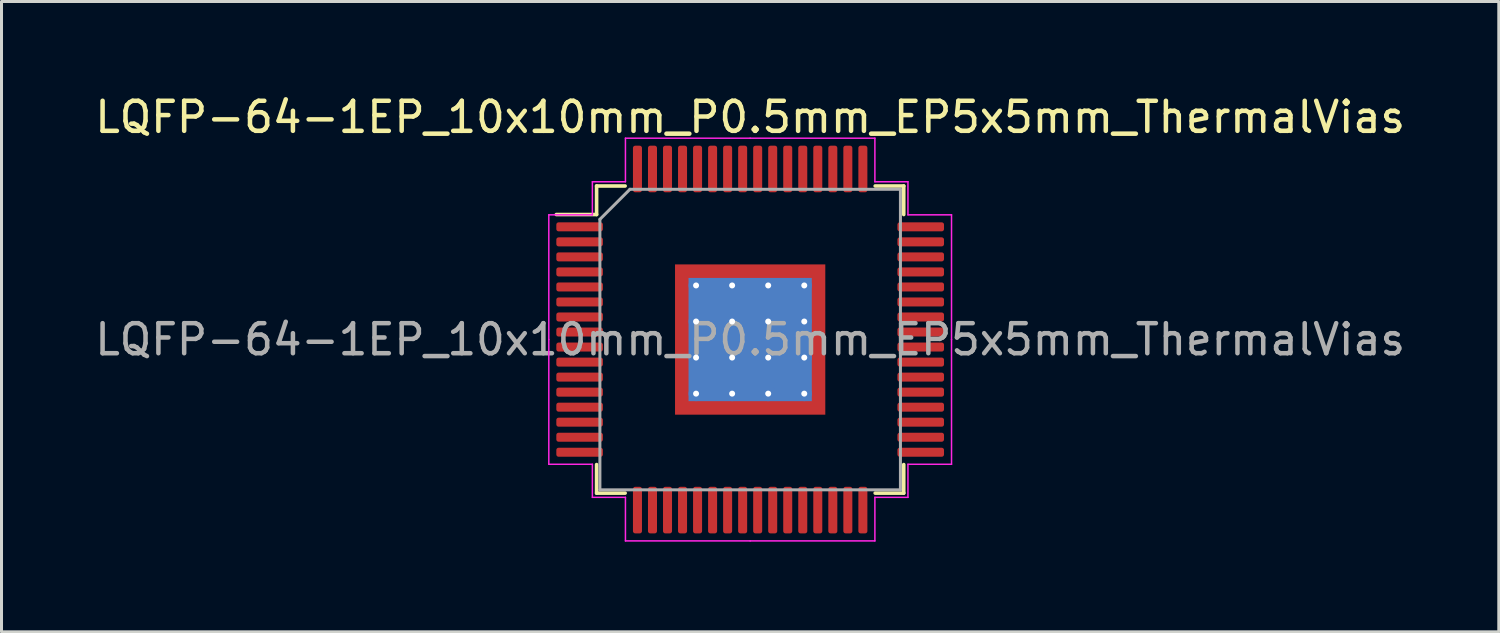
<source format=kicad_pcb>
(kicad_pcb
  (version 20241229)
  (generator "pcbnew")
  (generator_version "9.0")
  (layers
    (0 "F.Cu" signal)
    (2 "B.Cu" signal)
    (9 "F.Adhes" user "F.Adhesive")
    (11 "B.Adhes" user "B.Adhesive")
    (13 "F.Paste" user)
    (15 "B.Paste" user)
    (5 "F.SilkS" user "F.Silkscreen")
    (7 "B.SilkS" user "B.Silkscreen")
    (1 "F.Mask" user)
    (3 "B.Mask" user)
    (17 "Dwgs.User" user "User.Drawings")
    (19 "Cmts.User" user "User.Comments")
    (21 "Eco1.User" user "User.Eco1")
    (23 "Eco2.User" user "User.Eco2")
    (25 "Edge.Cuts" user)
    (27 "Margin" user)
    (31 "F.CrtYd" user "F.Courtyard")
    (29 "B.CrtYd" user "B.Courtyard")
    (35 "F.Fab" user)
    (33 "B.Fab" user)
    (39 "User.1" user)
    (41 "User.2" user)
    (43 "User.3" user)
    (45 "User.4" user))
  (footprint "LQFP-64-1EP_10x10mm_P0.5mm_EP5x5mm_ThermalVias"
    (layer "F.Cu")
    (at 21.911 8.248)
    (property "Reference" "LQFP-64-1EP_10x10mm_P0.5mm_EP5x5mm_ThermalVias" (at 0 -7.4 0) (layer "F.SilkS") (effects (font (size 1 1) (thickness 0.15))))
    (attr smd)
    (fp_line (start -5.11 -5.11) (end -5.11 -4.16) (stroke (width 0.12) (type solid)) (layer "F.SilkS"))
    (fp_line (start -5.11 -4.16) (end -6.45 -4.16) (stroke (width 0.12) (type solid)) (layer "F.SilkS"))
    (fp_line (start -5.11 5.11) (end -5.11 4.16) (stroke (width 0.12) (type solid)) (layer "F.SilkS"))
    (fp_line (start -4.16 -5.11) (end -5.11 -5.11) (stroke (width 0.12) (type solid)) (layer "F.SilkS"))
    (fp_line (start -4.16 5.11) (end -5.11 5.11) (stroke (width 0.12) (type solid)) (layer "F.SilkS"))
    (fp_line (start 4.16 -5.11) (end 5.11 -5.11) (stroke (width 0.12) (type solid)) (layer "F.SilkS"))
    (fp_line (start 4.16 5.11) (end 5.11 5.11) (stroke (width 0.12) (type solid)) (layer "F.SilkS"))
    (fp_line (start 5.11 -5.11) (end 5.11 -4.16) (stroke (width 0.12) (type solid)) (layer "F.SilkS"))
    (fp_line (start 5.11 5.11) (end 5.11 4.16) (stroke (width 0.12) (type solid)) (layer "F.SilkS"))
    (fp_line (start -6.7 -4.15) (end -6.7 0) (stroke (width 0.05) (type solid)) (layer "F.CrtYd"))
    (fp_line (start -6.7 4.15) (end -6.7 0) (stroke (width 0.05) (type solid)) (layer "F.CrtYd"))
    (fp_line (start -5.25 -5.25) (end -5.25 -4.15) (stroke (width 0.05) (type solid)) (layer "F.CrtYd"))
    (fp_line (start -5.25 -4.15) (end -6.7 -4.15) (stroke (width 0.05) (type solid)) (layer "F.CrtYd"))
    (fp_line (start -5.25 4.15) (end -6.7 4.15) (stroke (width 0.05) (type solid)) (layer "F.CrtYd"))
    (fp_line (start -5.25 5.25) (end -5.25 4.15) (stroke (width 0.05) (type solid)) (layer "F.CrtYd"))
    (fp_line (start -4.15 -6.7) (end -4.15 -5.25) (stroke (width 0.05) (type solid)) (layer "F.CrtYd"))
    (fp_line (start -4.15 -5.25) (end -5.25 -5.25) (stroke (width 0.05) (type solid)) (layer "F.CrtYd"))
    (fp_line (start -4.15 5.25) (end -5.25 5.25) (stroke (width 0.05) (type solid)) (layer "F.CrtYd"))
    (fp_line (start -4.15 6.7) (end -4.15 5.25) (stroke (width 0.05) (type solid)) (layer "F.CrtYd"))
    (fp_line (start 0 -6.7) (end -4.15 -6.7) (stroke (width 0.05) (type solid)) (layer "F.CrtYd"))
    (fp_line (start 0 -6.7) (end 4.15 -6.7) (stroke (width 0.05) (type solid)) (layer "F.CrtYd"))
    (fp_line (start 0 6.7) (end -4.15 6.7) (stroke (width 0.05) (type solid)) (layer "F.CrtYd"))
    (fp_line (start 0 6.7) (end 4.15 6.7) (stroke (width 0.05) (type solid)) (layer "F.CrtYd"))
    (fp_line (start 4.15 -6.7) (end 4.15 -5.25) (stroke (width 0.05) (type solid)) (layer "F.CrtYd"))
    (fp_line (start 4.15 -5.25) (end 5.25 -5.25) (stroke (width 0.05) (type solid)) (layer "F.CrtYd"))
    (fp_line (start 4.15 5.25) (end 5.25 5.25) (stroke (width 0.05) (type solid)) (layer "F.CrtYd"))
    (fp_line (start 4.15 6.7) (end 4.15 5.25) (stroke (width 0.05) (type solid)) (layer "F.CrtYd"))
    (fp_line (start 5.25 -5.25) (end 5.25 -4.15) (stroke (width 0.05) (type solid)) (layer "F.CrtYd"))
    (fp_line (start 5.25 -4.15) (end 6.7 -4.15) (stroke (width 0.05) (type solid)) (layer "F.CrtYd"))
    (fp_line (start 5.25 4.15) (end 6.7 4.15) (stroke (width 0.05) (type solid)) (layer "F.CrtYd"))
    (fp_line (start 5.25 5.25) (end 5.25 4.15) (stroke (width 0.05) (type solid)) (layer "F.CrtYd"))
    (fp_line (start 6.7 -4.15) (end 6.7 0) (stroke (width 0.05) (type solid)) (layer "F.CrtYd"))
    (fp_line (start 6.7 4.15) (end 6.7 0) (stroke (width 0.05) (type solid)) (layer "F.CrtYd"))
    (fp_line (start -5 -4) (end -4 -5) (stroke (width 0.1) (type solid)) (layer "F.Fab"))
    (fp_line (start -5 5) (end -5 -4) (stroke (width 0.1) (type solid)) (layer "F.Fab"))
    (fp_line (start -4 -5) (end 5 -5) (stroke (width 0.1) (type solid)) (layer "F.Fab"))
    (fp_line (start 5 -5) (end 5 5) (stroke (width 0.1) (type solid)) (layer "F.Fab"))
    (fp_line (start 5 5) (end -5 5) (stroke (width 0.1) (type solid)) (layer "F.Fab"))
    (fp_text user "${REFERENCE}" (at 0 0 0) (layer "F.Fab") (effects (font (size 1 1) (thickness 0.15))))
    (pad "" smd custom (at -2.15 -2.15) (size 0.46 0.46) (layers "F.Paste") (options (anchor circle)) (primitives (gr_poly (pts (xy 0.178 0.092) (xy 0.092 0.178) (xy -0.178 0.178) (xy -0.178 -0.178) (xy 0.178 -0.178)) (width 0.208) (fill yes))))
    (pad "" smd custom (at -2.15 -1.2) (size 0.495 0.495) (layers "F.Paste") (options (anchor circle)) (primitives (gr_poly (pts (xy 0.212 -0.356) (xy 0.212 0.356) (xy 0.154 0.414) (xy -0.212 0.414) (xy -0.212 -0.414) (xy 0.154 -0.414)) (width 0.14) (fill yes))))
    (pad "" smd custom (at -2.15 0) (size 0.495 0.495) (layers "F.Paste") (options (anchor circle)) (primitives (gr_poly (pts (xy 0.212 -0.356) (xy 0.212 0.356) (xy 0.154 0.414) (xy -0.212 0.414) (xy -0.212 -0.414) (xy 0.154 -0.414)) (width 0.14) (fill yes))))
    (pad "" smd custom (at -2.15 1.2) (size 0.495 0.495) (layers "F.Paste") (options (anchor circle)) (primitives (gr_poly (pts (xy 0.212 -0.356) (xy 0.212 0.356) (xy 0.154 0.414) (xy -0.212 0.414) (xy -0.212 -0.414) (xy 0.154 -0.414)) (width 0.14) (fill yes))))
    (pad "" smd custom (at -2.15 2.15) (size 0.46 0.46) (layers "F.Paste") (options (anchor circle)) (primitives (gr_poly (pts (xy 0.178 -0.092) (xy 0.178 0.178) (xy -0.178 0.178) (xy -0.178 -0.178) (xy 0.092 -0.178)) (width 0.208) (fill yes))))
    (pad "" smd custom (at -1.2 -2.15) (size 0.495 0.495) (layers "F.Paste") (options (anchor circle)) (primitives (gr_poly (pts (xy 0.414 0.154) (xy 0.356 0.212) (xy -0.356 0.212) (xy -0.414 0.154) (xy -0.414 -0.212) (xy 0.414 -0.212)) (width 0.14) (fill yes))))
    (pad "" smd roundrect (at -1.2 -1.2) (size 0.967 0.967) (layers "F.Paste") (roundrect_rratio 0.25))
    (pad "" smd roundrect (at -1.2 0) (size 0.967 0.967) (layers "F.Paste") (roundrect_rratio 0.25))
    (pad "" smd roundrect (at -1.2 1.2) (size 0.967 0.967) (layers "F.Paste") (roundrect_rratio 0.25))
    (pad "" smd custom (at -1.2 2.15) (size 0.495 0.495) (layers "F.Paste") (options (anchor circle)) (primitives (gr_poly (pts (xy 0.414 -0.154) (xy 0.414 0.212) (xy -0.414 0.212) (xy -0.414 -0.154) (xy -0.356 -0.212) (xy 0.356 -0.212)) (width 0.14) (fill yes))))
    (pad "" smd custom (at 0 -2.15) (size 0.495 0.495) (layers "F.Paste") (options (anchor circle)) (primitives (gr_poly (pts (xy 0.414 0.154) (xy 0.356 0.212) (xy -0.356 0.212) (xy -0.414 0.154) (xy -0.414 -0.212) (xy 0.414 -0.212)) (width 0.14) (fill yes))))
    (pad "" smd roundrect (at 0 -1.2) (size 0.967 0.967) (layers "F.Paste") (roundrect_rratio 0.25))
    (pad "" smd roundrect (at 0 0) (size 0.967 0.967) (layers "F.Paste") (roundrect_rratio 0.25))
    (pad "" smd roundrect (at 0 1.2) (size 0.967 0.967) (layers "F.Paste") (roundrect_rratio 0.25))
    (pad "" smd custom (at 0 2.15) (size 0.495 0.495) (layers "F.Paste") (options (anchor circle)) (primitives (gr_poly (pts (xy 0.414 -0.154) (xy 0.414 0.212) (xy -0.414 0.212) (xy -0.414 -0.154) (xy -0.356 -0.212) (xy 0.356 -0.212)) (width 0.14) (fill yes))))
    (pad "" smd custom (at 1.2 -2.15) (size 0.495 0.495) (layers "F.Paste") (options (anchor circle)) (primitives (gr_poly (pts (xy 0.414 0.154) (xy 0.356 0.212) (xy -0.356 0.212) (xy -0.414 0.154) (xy -0.414 -0.212) (xy 0.414 -0.212)) (width 0.14) (fill yes))))
    (pad "" smd roundrect (at 1.2 -1.2) (size 0.967 0.967) (layers "F.Paste") (roundrect_rratio 0.25))
    (pad "" smd roundrect (at 1.2 0) (size 0.967 0.967) (layers "F.Paste") (roundrect_rratio 0.25))
    (pad "" smd roundrect (at 1.2 1.2) (size 0.967 0.967) (layers "F.Paste") (roundrect_rratio 0.25))
    (pad "" smd custom (at 1.2 2.15) (size 0.495 0.495) (layers "F.Paste") (options (anchor circle)) (primitives (gr_poly (pts (xy 0.414 -0.154) (xy 0.414 0.212) (xy -0.414 0.212) (xy -0.414 -0.154) (xy -0.356 -0.212) (xy 0.356 -0.212)) (width 0.14) (fill yes))))
    (pad "" smd custom (at 2.15 -2.15) (size 0.46 0.46) (layers "F.Paste") (options (anchor circle)) (primitives (gr_poly (pts (xy 0.178 0.178) (xy -0.092 0.178) (xy -0.178 0.092) (xy -0.178 -0.178) (xy 0.178 -0.178)) (width 0.208) (fill yes))))
    (pad "" smd custom (at 2.15 -1.2) (size 0.495 0.495) (layers "F.Paste") (options (anchor circle)) (primitives (gr_poly (pts (xy 0.212 0.414) (xy -0.154 0.414) (xy -0.212 0.356) (xy -0.212 -0.356) (xy -0.154 -0.414) (xy 0.212 -0.414)) (width 0.14) (fill yes))))
    (pad "" smd custom (at 2.15 0) (size 0.495 0.495) (layers "F.Paste") (options (anchor circle)) (primitives (gr_poly (pts (xy 0.212 0.414) (xy -0.154 0.414) (xy -0.212 0.356) (xy -0.212 -0.356) (xy -0.154 -0.414) (xy 0.212 -0.414)) (width 0.14) (fill yes))))
    (pad "" smd custom (at 2.15 1.2) (size 0.495 0.495) (layers "F.Paste") (options (anchor circle)) (primitives (gr_poly (pts (xy 0.212 0.414) (xy -0.154 0.414) (xy -0.212 0.356) (xy -0.212 -0.356) (xy -0.154 -0.414) (xy 0.212 -0.414)) (width 0.14) (fill yes))))
    (pad "" smd custom (at 2.15 2.15) (size 0.46 0.46) (layers "F.Paste") (options (anchor circle)) (primitives (gr_poly (pts (xy 0.178 0.178) (xy -0.178 0.178) (xy -0.178 -0.092) (xy -0.092 -0.178) (xy 0.178 -0.178)) (width 0.208) (fill yes))))
    (pad "1" smd roundrect (at -5.675 -3.75) (size 1.55 0.3) (layers "F.Cu" "F.Mask" "F.Paste") (roundrect_rratio 0.25))
    (pad "2" smd roundrect (at -5.675 -3.25) (size 1.55 0.3) (layers "F.Cu" "F.Mask" "F.Paste") (roundrect_rratio 0.25))
    (pad "3" smd roundrect (at -5.675 -2.75) (size 1.55 0.3) (layers "F.Cu" "F.Mask" "F.Paste") (roundrect_rratio 0.25))
    (pad "4" smd roundrect (at -5.675 -2.25) (size 1.55 0.3) (layers "F.Cu" "F.Mask" "F.Paste") (roundrect_rratio 0.25))
    (pad "5" smd roundrect (at -5.675 -1.75) (size 1.55 0.3) (layers "F.Cu" "F.Mask" "F.Paste") (roundrect_rratio 0.25))
    (pad "6" smd roundrect (at -5.675 -1.25) (size 1.55 0.3) (layers "F.Cu" "F.Mask" "F.Paste") (roundrect_rratio 0.25))
    (pad "7" smd roundrect (at -5.675 -0.75) (size 1.55 0.3) (layers "F.Cu" "F.Mask" "F.Paste") (roundrect_rratio 0.25))
    (pad "8" smd roundrect (at -5.675 -0.25) (size 1.55 0.3) (layers "F.Cu" "F.Mask" "F.Paste") (roundrect_rratio 0.25))
    (pad "9" smd roundrect (at -5.675 0.25) (size 1.55 0.3) (layers "F.Cu" "F.Mask" "F.Paste") (roundrect_rratio 0.25))
    (pad "10" smd roundrect (at -5.675 0.75) (size 1.55 0.3) (layers "F.Cu" "F.Mask" "F.Paste") (roundrect_rratio 0.25))
    (pad "11" smd roundrect (at -5.675 1.25) (size 1.55 0.3) (layers "F.Cu" "F.Mask" "F.Paste") (roundrect_rratio 0.25))
    (pad "12" smd roundrect (at -5.675 1.75) (size 1.55 0.3) (layers "F.Cu" "F.Mask" "F.Paste") (roundrect_rratio 0.25))
    (pad "13" smd roundrect (at -5.675 2.25) (size 1.55 0.3) (layers "F.Cu" "F.Mask" "F.Paste") (roundrect_rratio 0.25))
    (pad "14" smd roundrect (at -5.675 2.75) (size 1.55 0.3) (layers "F.Cu" "F.Mask" "F.Paste") (roundrect_rratio 0.25))
    (pad "15" smd roundrect (at -5.675 3.25) (size 1.55 0.3) (layers "F.Cu" "F.Mask" "F.Paste") (roundrect_rratio 0.25))
    (pad "16" smd roundrect (at -5.675 3.75) (size 1.55 0.3) (layers "F.Cu" "F.Mask" "F.Paste") (roundrect_rratio 0.25))
    (pad "17" smd roundrect (at -3.75 5.675) (size 0.3 1.55) (layers "F.Cu" "F.Mask" "F.Paste") (roundrect_rratio 0.25))
    (pad "18" smd roundrect (at -3.25 5.675) (size 0.3 1.55) (layers "F.Cu" "F.Mask" "F.Paste") (roundrect_rratio 0.25))
    (pad "19" smd roundrect (at -2.75 5.675) (size 0.3 1.55) (layers "F.Cu" "F.Mask" "F.Paste") (roundrect_rratio 0.25))
    (pad "20" smd roundrect (at -2.25 5.675) (size 0.3 1.55) (layers "F.Cu" "F.Mask" "F.Paste") (roundrect_rratio 0.25))
    (pad "21" smd roundrect (at -1.75 5.675) (size 0.3 1.55) (layers "F.Cu" "F.Mask" "F.Paste") (roundrect_rratio 0.25))
    (pad "22" smd roundrect (at -1.25 5.675) (size 0.3 1.55) (layers "F.Cu" "F.Mask" "F.Paste") (roundrect_rratio 0.25))
    (pad "23" smd roundrect (at -0.75 5.675) (size 0.3 1.55) (layers "F.Cu" "F.Mask" "F.Paste") (roundrect_rratio 0.25))
    (pad "24" smd roundrect (at -0.25 5.675) (size 0.3 1.55) (layers "F.Cu" "F.Mask" "F.Paste") (roundrect_rratio 0.25))
    (pad "25" smd roundrect (at 0.25 5.675) (size 0.3 1.55) (layers "F.Cu" "F.Mask" "F.Paste") (roundrect_rratio 0.25))
    (pad "26" smd roundrect (at 0.75 5.675) (size 0.3 1.55) (layers "F.Cu" "F.Mask" "F.Paste") (roundrect_rratio 0.25))
    (pad "27" smd roundrect (at 1.25 5.675) (size 0.3 1.55) (layers "F.Cu" "F.Mask" "F.Paste") (roundrect_rratio 0.25))
    (pad "28" smd roundrect (at 1.75 5.675) (size 0.3 1.55) (layers "F.Cu" "F.Mask" "F.Paste") (roundrect_rratio 0.25))
    (pad "29" smd roundrect (at 2.25 5.675) (size 0.3 1.55) (layers "F.Cu" "F.Mask" "F.Paste") (roundrect_rratio 0.25))
    (pad "30" smd roundrect (at 2.75 5.675) (size 0.3 1.55) (layers "F.Cu" "F.Mask" "F.Paste") (roundrect_rratio 0.25))
    (pad "31" smd roundrect (at 3.25 5.675) (size 0.3 1.55) (layers "F.Cu" "F.Mask" "F.Paste") (roundrect_rratio 0.25))
    (pad "32" smd roundrect (at 3.75 5.675) (size 0.3 1.55) (layers "F.Cu" "F.Mask" "F.Paste") (roundrect_rratio 0.25))
    (pad "33" smd roundrect (at 5.675 3.75) (size 1.55 0.3) (layers "F.Cu" "F.Mask" "F.Paste") (roundrect_rratio 0.25))
    (pad "34" smd roundrect (at 5.675 3.25) (size 1.55 0.3) (layers "F.Cu" "F.Mask" "F.Paste") (roundrect_rratio 0.25))
    (pad "35" smd roundrect (at 5.675 2.75) (size 1.55 0.3) (layers "F.Cu" "F.Mask" "F.Paste") (roundrect_rratio 0.25))
    (pad "36" smd roundrect (at 5.675 2.25) (size 1.55 0.3) (layers "F.Cu" "F.Mask" "F.Paste") (roundrect_rratio 0.25))
    (pad "37" smd roundrect (at 5.675 1.75) (size 1.55 0.3) (layers "F.Cu" "F.Mask" "F.Paste") (roundrect_rratio 0.25))
    (pad "38" smd roundrect (at 5.675 1.25) (size 1.55 0.3) (layers "F.Cu" "F.Mask" "F.Paste") (roundrect_rratio 0.25))
    (pad "39" smd roundrect (at 5.675 0.75) (size 1.55 0.3) (layers "F.Cu" "F.Mask" "F.Paste") (roundrect_rratio 0.25))
    (pad "40" smd roundrect (at 5.675 0.25) (size 1.55 0.3) (layers "F.Cu" "F.Mask" "F.Paste") (roundrect_rratio 0.25))
    (pad "41" smd roundrect (at 5.675 -0.25) (size 1.55 0.3) (layers "F.Cu" "F.Mask" "F.Paste") (roundrect_rratio 0.25))
    (pad "42" smd roundrect (at 5.675 -0.75) (size 1.55 0.3) (layers "F.Cu" "F.Mask" "F.Paste") (roundrect_rratio 0.25))
    (pad "43" smd roundrect (at 5.675 -1.25) (size 1.55 0.3) (layers "F.Cu" "F.Mask" "F.Paste") (roundrect_rratio 0.25))
    (pad "44" smd roundrect (at 5.675 -1.75) (size 1.55 0.3) (layers "F.Cu" "F.Mask" "F.Paste") (roundrect_rratio 0.25))
    (pad "45" smd roundrect (at 5.675 -2.25) (size 1.55 0.3) (layers "F.Cu" "F.Mask" "F.Paste") (roundrect_rratio 0.25))
    (pad "46" smd roundrect (at 5.675 -2.75) (size 1.55 0.3) (layers "F.Cu" "F.Mask" "F.Paste") (roundrect_rratio 0.25))
    (pad "47" smd roundrect (at 5.675 -3.25) (size 1.55 0.3) (layers "F.Cu" "F.Mask" "F.Paste") (roundrect_rratio 0.25))
    (pad "48" smd roundrect (at 5.675 -3.75) (size 1.55 0.3) (layers "F.Cu" "F.Mask" "F.Paste") (roundrect_rratio 0.25))
    (pad "49" smd roundrect (at 3.75 -5.675) (size 0.3 1.55) (layers "F.Cu" "F.Mask" "F.Paste") (roundrect_rratio 0.25))
    (pad "50" smd roundrect (at 3.25 -5.675) (size 0.3 1.55) (layers "F.Cu" "F.Mask" "F.Paste") (roundrect_rratio 0.25))
    (pad "51" smd roundrect (at 2.75 -5.675) (size 0.3 1.55) (layers "F.Cu" "F.Mask" "F.Paste") (roundrect_rratio 0.25))
    (pad "52" smd roundrect (at 2.25 -5.675) (size 0.3 1.55) (layers "F.Cu" "F.Mask" "F.Paste") (roundrect_rratio 0.25))
    (pad "53" smd roundrect (at 1.75 -5.675) (size 0.3 1.55) (layers "F.Cu" "F.Mask" "F.Paste") (roundrect_rratio 0.25))
    (pad "54" smd roundrect (at 1.25 -5.675) (size 0.3 1.55) (layers "F.Cu" "F.Mask" "F.Paste") (roundrect_rratio 0.25))
    (pad "55" smd roundrect (at 0.75 -5.675) (size 0.3 1.55) (layers "F.Cu" "F.Mask" "F.Paste") (roundrect_rratio 0.25))
    (pad "56" smd roundrect (at 0.25 -5.675) (size 0.3 1.55) (layers "F.Cu" "F.Mask" "F.Paste") (roundrect_rratio 0.25))
    (pad "57" smd roundrect (at -0.25 -5.675) (size 0.3 1.55) (layers "F.Cu" "F.Mask" "F.Paste") (roundrect_rratio 0.25))
    (pad "58" smd roundrect (at -0.75 -5.675) (size 0.3 1.55) (layers "F.Cu" "F.Mask" "F.Paste") (roundrect_rratio 0.25))
    (pad "59" smd roundrect (at -1.25 -5.675) (size 0.3 1.55) (layers "F.Cu" "F.Mask" "F.Paste") (roundrect_rratio 0.25))
    (pad "60" smd roundrect (at -1.75 -5.675) (size 0.3 1.55) (layers "F.Cu" "F.Mask" "F.Paste") (roundrect_rratio 0.25))
    (pad "61" smd roundrect (at -2.25 -5.675) (size 0.3 1.55) (layers "F.Cu" "F.Mask" "F.Paste") (roundrect_rratio 0.25))
    (pad "62" smd roundrect (at -2.75 -5.675) (size 0.3 1.55) (layers "F.Cu" "F.Mask" "F.Paste") (roundrect_rratio 0.25))
    (pad "63" smd roundrect (at -3.25 -5.675) (size 0.3 1.55) (layers "F.Cu" "F.Mask" "F.Paste") (roundrect_rratio 0.25))
    (pad "64" smd roundrect (at -3.75 -5.675) (size 0.3 1.55) (layers "F.Cu" "F.Mask" "F.Paste") (roundrect_rratio 0.25))
    (pad "65" thru_hole circle (at -1.8 -1.8) (size 0.5 0.5) (drill 0.2) (layers "*.Cu"))
    (pad "65" thru_hole circle (at -1.8 -0.6) (size 0.5 0.5) (drill 0.2) (layers "*.Cu"))
    (pad "65" thru_hole circle (at -1.8 0.6) (size 0.5 0.5) (drill 0.2) (layers "*.Cu"))
    (pad "65" thru_hole circle (at -1.8 1.8) (size 0.5 0.5) (drill 0.2) (layers "*.Cu"))
    (pad "65" thru_hole circle (at -0.6 -1.8) (size 0.5 0.5) (drill 0.2) (layers "*.Cu"))
    (pad "65" thru_hole circle (at -0.6 -0.6) (size 0.5 0.5) (drill 0.2) (layers "*.Cu"))
    (pad "65" thru_hole circle (at -0.6 0.6) (size 0.5 0.5) (drill 0.2) (layers "*.Cu"))
    (pad "65" thru_hole circle (at -0.6 1.8) (size 0.5 0.5) (drill 0.2) (layers "*.Cu"))
    (pad "65" smd rect (at 0 0) (size 4.1 4.1) (layers "B.Cu"))
    (pad "65" smd rect (at 0 0) (size 5 5) (layers "F.Cu" "F.Mask"))
    (pad "65" thru_hole circle (at 0.6 -1.8) (size 0.5 0.5) (drill 0.2) (layers "*.Cu"))
    (pad "65" thru_hole circle (at 0.6 -0.6) (size 0.5 0.5) (drill 0.2) (layers "*.Cu"))
    (pad "65" thru_hole circle (at 0.6 0.6) (size 0.5 0.5) (drill 0.2) (layers "*.Cu"))
    (pad "65" thru_hole circle (at 0.6 1.8) (size 0.5 0.5) (drill 0.2) (layers "*.Cu"))
    (pad "65" thru_hole circle (at 1.8 -1.8) (size 0.5 0.5) (drill 0.2) (layers "*.Cu"))
    (pad "65" thru_hole circle (at 1.8 -0.6) (size 0.5 0.5) (drill 0.2) (layers "*.Cu"))
    (pad "65" thru_hole circle (at 1.8 0.6) (size 0.5 0.5) (drill 0.2) (layers "*.Cu"))
    (pad "65" thru_hole circle (at 1.8 1.8) (size 0.5 0.5) (drill 0.2) (layers "*.Cu")))
  (gr_rect
    (start -3 -3)
    (end 46.821 17.973)
    (stroke (width 0.1) (type default))
    (fill no)
    (layer "Edge.Cuts")))
</source>
